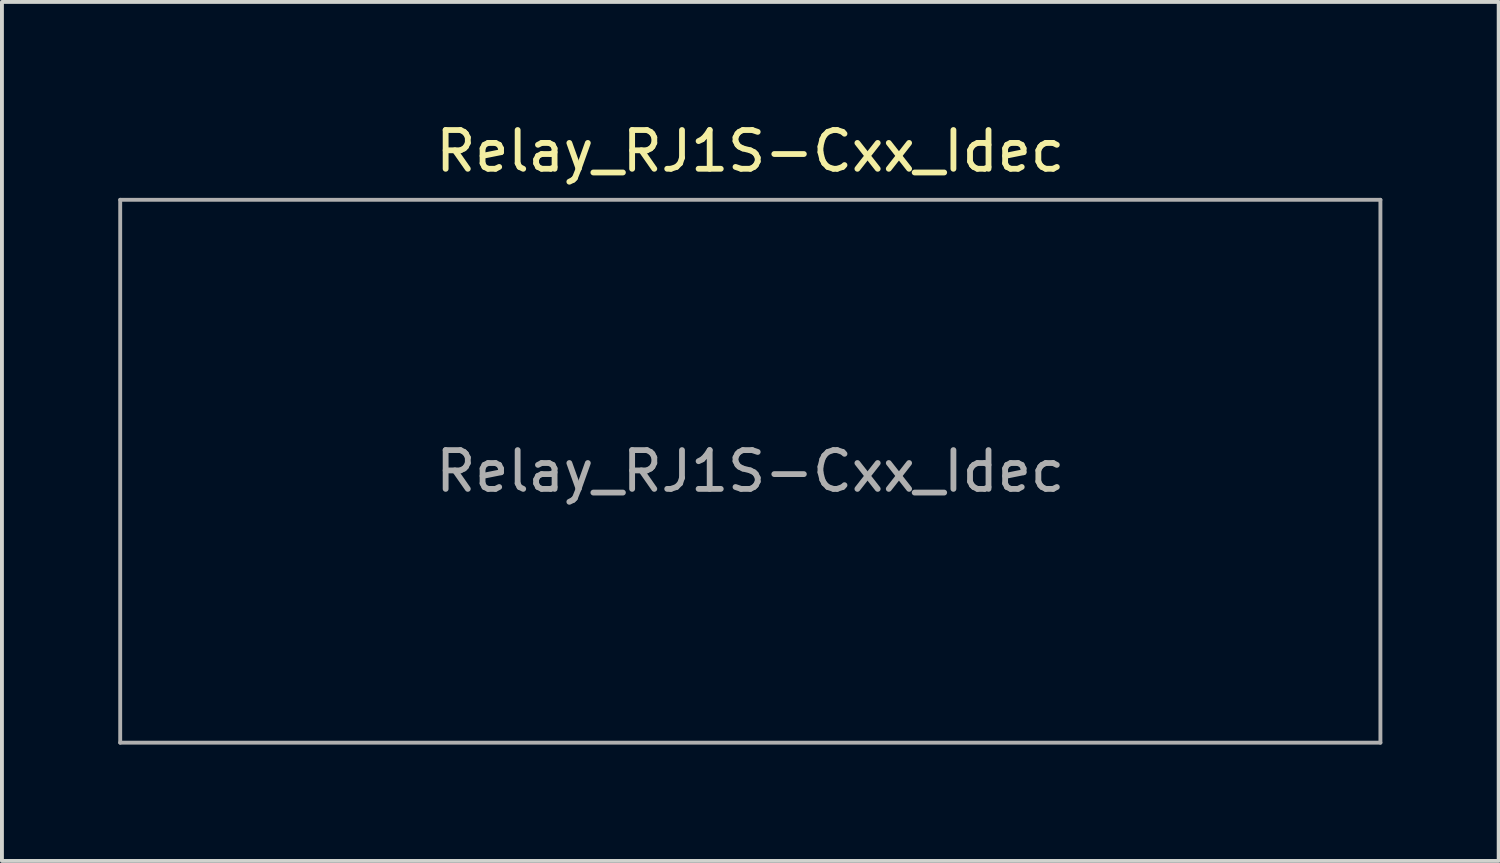
<source format=kicad_pcb>
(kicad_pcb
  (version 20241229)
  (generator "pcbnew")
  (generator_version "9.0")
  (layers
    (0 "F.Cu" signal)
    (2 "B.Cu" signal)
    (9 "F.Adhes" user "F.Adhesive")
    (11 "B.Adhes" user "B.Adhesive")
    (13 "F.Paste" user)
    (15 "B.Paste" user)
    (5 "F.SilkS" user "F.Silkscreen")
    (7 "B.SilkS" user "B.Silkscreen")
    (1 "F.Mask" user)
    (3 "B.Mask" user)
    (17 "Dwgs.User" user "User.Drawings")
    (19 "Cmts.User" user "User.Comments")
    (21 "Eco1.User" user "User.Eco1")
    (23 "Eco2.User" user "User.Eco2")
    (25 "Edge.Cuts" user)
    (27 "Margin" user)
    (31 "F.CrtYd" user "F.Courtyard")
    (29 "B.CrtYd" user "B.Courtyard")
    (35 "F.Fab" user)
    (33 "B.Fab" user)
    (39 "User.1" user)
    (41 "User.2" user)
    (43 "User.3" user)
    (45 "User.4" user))
  (footprint "Relay_RJ1S-Cxx_Idec"
    (layer "F.Cu")
    (at 16.3 9.103)
    (property "Reference" "Relay_RJ1S-Cxx_Idec" (at 0 -8.255 0) (layer "F.SilkS") (effects (font (size 1 1) (thickness 0.15))))
    (attr through_hole)
    (fp_line (start -16.25 7) (end -16.25 -7) (stroke (width 0.1) (type solid)) (layer "F.Fab"))
    (fp_line (start 16.25 -7) (end -16.25 -7) (stroke (width 0.1) (type solid)) (layer "F.Fab"))
    (fp_line (start 16.25 7) (end -16.25 7) (stroke (width 0.1) (type solid)) (layer "F.Fab"))
    (fp_line (start 16.25 7) (end 16.25 -7) (stroke (width 0.1) (type solid)) (layer "F.Fab"))
    (fp_text user "${REFERENCE}" (at 0 0 0) (layer "F.Fab") (effects (font (size 1 1) (thickness 0.15)))))
  (gr_rect
    (start -3 -3)
    (end 35.6 19.153)
    (stroke (width 0.1) (type default))
    (fill no)
    (layer "Edge.Cuts")))
</source>
